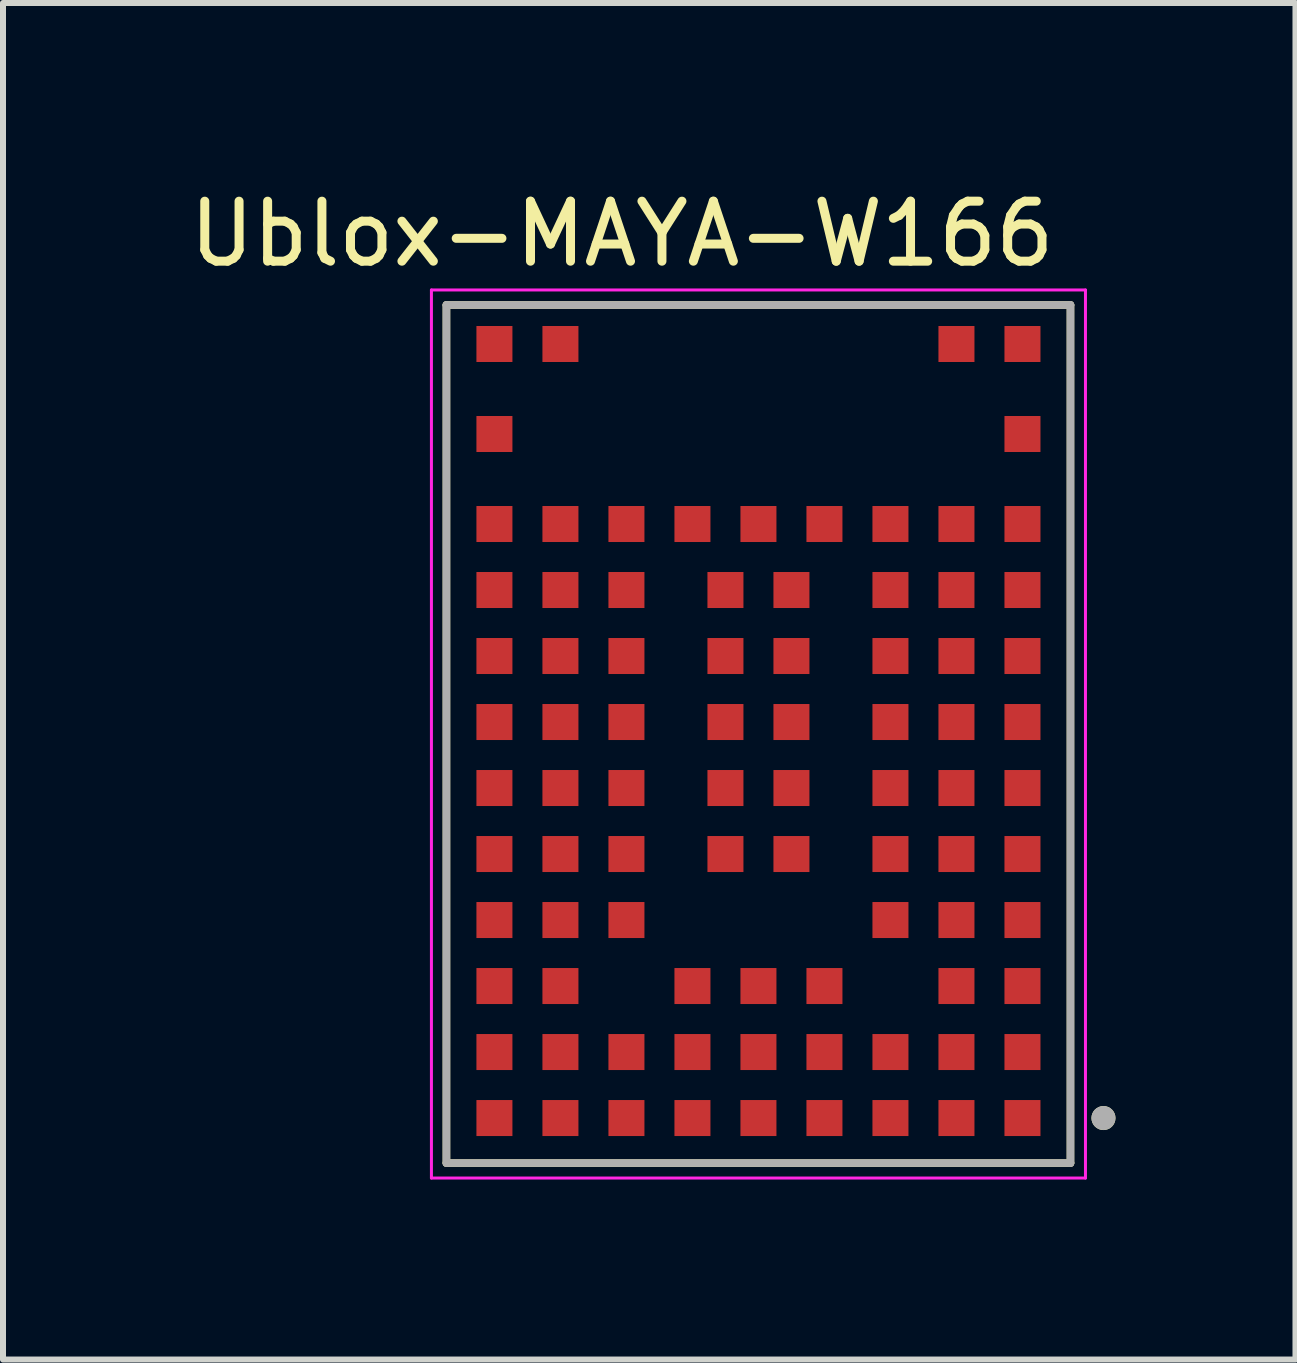
<source format=kicad_pcb>
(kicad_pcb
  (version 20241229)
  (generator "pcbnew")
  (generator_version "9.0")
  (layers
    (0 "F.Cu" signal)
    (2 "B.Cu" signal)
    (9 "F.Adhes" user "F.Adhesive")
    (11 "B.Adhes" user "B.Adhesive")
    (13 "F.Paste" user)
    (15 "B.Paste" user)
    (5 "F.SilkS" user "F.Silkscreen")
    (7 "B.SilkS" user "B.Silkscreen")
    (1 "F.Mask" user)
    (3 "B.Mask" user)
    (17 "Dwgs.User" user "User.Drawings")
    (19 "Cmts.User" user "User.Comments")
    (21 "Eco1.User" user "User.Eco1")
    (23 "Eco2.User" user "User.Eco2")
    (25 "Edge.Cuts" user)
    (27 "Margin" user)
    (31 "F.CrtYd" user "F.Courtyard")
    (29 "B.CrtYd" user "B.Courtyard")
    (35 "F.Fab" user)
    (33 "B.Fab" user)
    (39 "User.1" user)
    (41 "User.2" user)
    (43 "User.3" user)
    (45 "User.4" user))
  (footprint "Ublox-MAYA-W166"
    (layer "F.Cu")
    (at 9.59 8.983)
    (property "Reference" "Ublox-MAYA-W166" (at -2.275 -8.135 0) (layer "F.SilkS") (effects (font (size 1 1) (thickness 0.15))))
    (attr smd)
    (fp_line (start -5.2 -6.95) (end 5.2 -6.95) (stroke (width 0.127) (type solid)) (layer "F.SilkS"))
    (fp_line (start -5.2 7.35) (end -5.2 -6.95) (stroke (width 0.127) (type solid)) (layer "F.SilkS"))
    (fp_line (start 5.2 -6.95) (end 5.2 7.35) (stroke (width 0.127) (type solid)) (layer "F.SilkS"))
    (fp_line (start 5.2 7.35) (end -5.2 7.35) (stroke (width 0.127) (type solid)) (layer "F.SilkS"))
    (fp_circle (center 5.75 6.6) (end 5.85 6.6) (stroke (width 0.2) (type solid)) (fill no) (layer "F.SilkS"))
    (fp_line (start -5.45 -7.2) (end 5.45 -7.2) (stroke (width 0.05) (type solid)) (layer "F.CrtYd"))
    (fp_line (start -5.45 7.6) (end -5.45 -7.2) (stroke (width 0.05) (type solid)) (layer "F.CrtYd"))
    (fp_line (start 5.45 -7.2) (end 5.45 7.6) (stroke (width 0.05) (type solid)) (layer "F.CrtYd"))
    (fp_line (start 5.45 7.6) (end -5.45 7.6) (stroke (width 0.05) (type solid)) (layer "F.CrtYd"))
    (fp_line (start -5.2 -6.95) (end 5.2 -6.95) (stroke (width 0.127) (type solid)) (layer "F.Fab"))
    (fp_line (start -5.2 7.35) (end -5.2 -6.95) (stroke (width 0.127) (type solid)) (layer "F.Fab"))
    (fp_line (start 5.2 -6.95) (end 5.2 7.35) (stroke (width 0.127) (type solid)) (layer "F.Fab"))
    (fp_line (start 5.2 7.35) (end -5.2 7.35) (stroke (width 0.127) (type solid)) (layer "F.Fab"))
    (fp_circle (center 5.75 6.6) (end 5.85 6.6) (stroke (width 0.2) (type solid)) (fill no) (layer "F.Fab"))
    (pad "A1" smd rect (at 4.4 6.6) (size 0.6 0.6) (layers "F.Cu" "F.Mask" "F.Paste"))
    (pad "A2" smd rect (at 3.3 6.6) (size 0.6 0.6) (layers "F.Cu" "F.Mask" "F.Paste"))
    (pad "A3" smd rect (at 2.2 6.6) (size 0.6 0.6) (layers "F.Cu" "F.Mask" "F.Paste"))
    (pad "A4" smd rect (at 1.1 6.6) (size 0.6 0.6) (layers "F.Cu" "F.Mask" "F.Paste"))
    (pad "A5" smd rect (at 0 6.6) (size 0.6 0.6) (layers "F.Cu" "F.Mask" "F.Paste"))
    (pad "A6" smd rect (at -1.1 6.6) (size 0.6 0.6) (layers "F.Cu" "F.Mask" "F.Paste"))
    (pad "A7" smd rect (at -2.2 6.6) (size 0.6 0.6) (layers "F.Cu" "F.Mask" "F.Paste"))
    (pad "A8" smd rect (at -3.3 6.6) (size 0.6 0.6) (layers "F.Cu" "F.Mask" "F.Paste"))
    (pad "A9" smd rect (at -4.4 6.6) (size 0.6 0.6) (layers "F.Cu" "F.Mask" "F.Paste"))
    (pad "B1" smd rect (at 4.4 5.5) (size 0.6 0.6) (layers "F.Cu" "F.Mask" "F.Paste"))
    (pad "B2" smd rect (at 3.3 5.5) (size 0.6 0.6) (layers "F.Cu" "F.Mask" "F.Paste"))
    (pad "B3" smd rect (at 2.2 5.5) (size 0.6 0.6) (layers "F.Cu" "F.Mask" "F.Paste"))
    (pad "B4" smd rect (at 1.1 5.5) (size 0.6 0.6) (layers "F.Cu" "F.Mask" "F.Paste"))
    (pad "B5" smd rect (at 0 5.5) (size 0.6 0.6) (layers "F.Cu" "F.Mask" "F.Paste"))
    (pad "B6" smd rect (at -1.1 5.5) (size 0.6 0.6) (layers "F.Cu" "F.Mask" "F.Paste"))
    (pad "B7" smd rect (at -2.2 5.5) (size 0.6 0.6) (layers "F.Cu" "F.Mask" "F.Paste"))
    (pad "B8" smd rect (at -3.3 5.5) (size 0.6 0.6) (layers "F.Cu" "F.Mask" "F.Paste"))
    (pad "B9" smd rect (at -4.4 5.5) (size 0.6 0.6) (layers "F.Cu" "F.Mask" "F.Paste"))
    (pad "C1" smd rect (at 4.4 4.4) (size 0.6 0.6) (layers "F.Cu" "F.Mask" "F.Paste"))
    (pad "C2" smd rect (at 3.3 4.4) (size 0.6 0.6) (layers "F.Cu" "F.Mask" "F.Paste"))
    (pad "C4" smd rect (at 1.1 4.4) (size 0.6 0.6) (layers "F.Cu" "F.Mask" "F.Paste"))
    (pad "C5" smd rect (at 0 4.4) (size 0.6 0.6) (layers "F.Cu" "F.Mask" "F.Paste"))
    (pad "C6" smd rect (at -1.1 4.4) (size 0.6 0.6) (layers "F.Cu" "F.Mask" "F.Paste"))
    (pad "C8" smd rect (at -3.3 4.4) (size 0.6 0.6) (layers "F.Cu" "F.Mask" "F.Paste"))
    (pad "C9" smd rect (at -4.4 4.4) (size 0.6 0.6) (layers "F.Cu" "F.Mask" "F.Paste"))
    (pad "D1" smd rect (at 4.4 3.3) (size 0.6 0.6) (layers "F.Cu" "F.Mask" "F.Paste"))
    (pad "D2" smd rect (at 3.3 3.3) (size 0.6 0.6) (layers "F.Cu" "F.Mask" "F.Paste"))
    (pad "D3" smd rect (at 2.2 3.3) (size 0.6 0.6) (layers "F.Cu" "F.Mask" "F.Paste"))
    (pad "D7" smd rect (at -2.2 3.3) (size 0.6 0.6) (layers "F.Cu" "F.Mask" "F.Paste"))
    (pad "D8" smd rect (at -3.3 3.3) (size 0.6 0.6) (layers "F.Cu" "F.Mask" "F.Paste"))
    (pad "D9" smd rect (at -4.4 3.3) (size 0.6 0.6) (layers "F.Cu" "F.Mask" "F.Paste"))
    (pad "E1" smd rect (at 4.4 2.2) (size 0.6 0.6) (layers "F.Cu" "F.Mask" "F.Paste"))
    (pad "E2" smd rect (at 3.3 2.2) (size 0.6 0.6) (layers "F.Cu" "F.Mask" "F.Paste"))
    (pad "E3" smd rect (at 2.2 2.2) (size 0.6 0.6) (layers "F.Cu" "F.Mask" "F.Paste"))
    (pad "E4" smd rect (at 0.55 2.2) (size 0.6 0.6) (layers "F.Cu" "F.Mask" "F.Paste"))
    (pad "E5" smd rect (at -0.55 2.2) (size 0.6 0.6) (layers "F.Cu" "F.Mask" "F.Paste"))
    (pad "E7" smd rect (at -2.2 2.2) (size 0.6 0.6) (layers "F.Cu" "F.Mask" "F.Paste"))
    (pad "E8" smd rect (at -3.3 2.2) (size 0.6 0.6) (layers "F.Cu" "F.Mask" "F.Paste"))
    (pad "E9" smd rect (at -4.4 2.2) (size 0.6 0.6) (layers "F.Cu" "F.Mask" "F.Paste"))
    (pad "F1" smd rect (at 4.4 1.1) (size 0.6 0.6) (layers "F.Cu" "F.Mask" "F.Paste"))
    (pad "F2" smd rect (at 3.3 1.1) (size 0.6 0.6) (layers "F.Cu" "F.Mask" "F.Paste"))
    (pad "F3" smd rect (at 2.2 1.1) (size 0.6 0.6) (layers "F.Cu" "F.Mask" "F.Paste"))
    (pad "F4" smd rect (at 0.55 1.1) (size 0.6 0.6) (layers "F.Cu" "F.Mask" "F.Paste"))
    (pad "F5" smd rect (at -0.55 1.1) (size 0.6 0.6) (layers "F.Cu" "F.Mask" "F.Paste"))
    (pad "F7" smd rect (at -2.2 1.1) (size 0.6 0.6) (layers "F.Cu" "F.Mask" "F.Paste"))
    (pad "F8" smd rect (at -3.3 1.1) (size 0.6 0.6) (layers "F.Cu" "F.Mask" "F.Paste"))
    (pad "F9" smd rect (at -4.4 1.1) (size 0.6 0.6) (layers "F.Cu" "F.Mask" "F.Paste"))
    (pad "G1" smd rect (at 4.4 0) (size 0.6 0.6) (layers "F.Cu" "F.Mask" "F.Paste"))
    (pad "G2" smd rect (at 3.3 0) (size 0.6 0.6) (layers "F.Cu" "F.Mask" "F.Paste"))
    (pad "G3" smd rect (at 2.2 0) (size 0.6 0.6) (layers "F.Cu" "F.Mask" "F.Paste"))
    (pad "G4" smd rect (at 0.55 0) (size 0.6 0.6) (layers "F.Cu" "F.Mask" "F.Paste"))
    (pad "G5" smd rect (at -0.55 0) (size 0.6 0.6) (layers "F.Cu" "F.Mask" "F.Paste"))
    (pad "G7" smd rect (at -2.2 0) (size 0.6 0.6) (layers "F.Cu" "F.Mask" "F.Paste"))
    (pad "G8" smd rect (at -3.3 0) (size 0.6 0.6) (layers "F.Cu" "F.Mask" "F.Paste"))
    (pad "G9" smd rect (at -4.4 0) (size 0.6 0.6) (layers "F.Cu" "F.Mask" "F.Paste"))
    (pad "H1" smd rect (at 4.4 -1.1) (size 0.6 0.6) (layers "F.Cu" "F.Mask" "F.Paste"))
    (pad "H2" smd rect (at 3.3 -1.1) (size 0.6 0.6) (layers "F.Cu" "F.Mask" "F.Paste"))
    (pad "H3" smd rect (at 2.2 -1.1) (size 0.6 0.6) (layers "F.Cu" "F.Mask" "F.Paste"))
    (pad "H4" smd rect (at 0.55 -1.1) (size 0.6 0.6) (layers "F.Cu" "F.Mask" "F.Paste"))
    (pad "H5" smd rect (at -0.55 -1.1) (size 0.6 0.6) (layers "F.Cu" "F.Mask" "F.Paste"))
    (pad "H7" smd rect (at -2.2 -1.1) (size 0.6 0.6) (layers "F.Cu" "F.Mask" "F.Paste"))
    (pad "H8" smd rect (at -3.3 -1.1) (size 0.6 0.6) (layers "F.Cu" "F.Mask" "F.Paste"))
    (pad "H9" smd rect (at -4.4 -1.1) (size 0.6 0.6) (layers "F.Cu" "F.Mask" "F.Paste"))
    (pad "J1" smd rect (at 4.4 -2.2) (size 0.6 0.6) (layers "F.Cu" "F.Mask" "F.Paste"))
    (pad "J2" smd rect (at 3.3 -2.2) (size 0.6 0.6) (layers "F.Cu" "F.Mask" "F.Paste"))
    (pad "J3" smd rect (at 2.2 -2.2) (size 0.6 0.6) (layers "F.Cu" "F.Mask" "F.Paste"))
    (pad "J4" smd rect (at 0.55 -2.2) (size 0.6 0.6) (layers "F.Cu" "F.Mask" "F.Paste"))
    (pad "J5" smd rect (at -0.55 -2.2) (size 0.6 0.6) (layers "F.Cu" "F.Mask" "F.Paste"))
    (pad "J7" smd rect (at -2.2 -2.2) (size 0.6 0.6) (layers "F.Cu" "F.Mask" "F.Paste"))
    (pad "J8" smd rect (at -3.3 -2.2) (size 0.6 0.6) (layers "F.Cu" "F.Mask" "F.Paste"))
    (pad "J9" smd rect (at -4.4 -2.2) (size 0.6 0.6) (layers "F.Cu" "F.Mask" "F.Paste"))
    (pad "K1" smd rect (at 4.4 -3.3) (size 0.6 0.6) (layers "F.Cu" "F.Mask" "F.Paste"))
    (pad "K2" smd rect (at 3.3 -3.3) (size 0.6 0.6) (layers "F.Cu" "F.Mask" "F.Paste"))
    (pad "K3" smd rect (at 2.2 -3.3) (size 0.6 0.6) (layers "F.Cu" "F.Mask" "F.Paste"))
    (pad "K4" smd rect (at 1.1 -3.3) (size 0.6 0.6) (layers "F.Cu" "F.Mask" "F.Paste"))
    (pad "K5" smd rect (at 0 -3.3) (size 0.6 0.6) (layers "F.Cu" "F.Mask" "F.Paste"))
    (pad "K6" smd rect (at -1.1 -3.3) (size 0.6 0.6) (layers "F.Cu" "F.Mask" "F.Paste"))
    (pad "K7" smd rect (at -2.2 -3.3) (size 0.6 0.6) (layers "F.Cu" "F.Mask" "F.Paste"))
    (pad "K8" smd rect (at -3.3 -3.3) (size 0.6 0.6) (layers "F.Cu" "F.Mask" "F.Paste"))
    (pad "K9" smd rect (at -4.4 -3.3) (size 0.6 0.6) (layers "F.Cu" "F.Mask" "F.Paste"))
    (pad "L1" smd rect (at 4.4 -4.8) (size 0.6 0.6) (layers "F.Cu" "F.Mask" "F.Paste"))
    (pad "L9" smd rect (at -4.4 -4.8) (size 0.6 0.6) (layers "F.Cu" "F.Mask" "F.Paste"))
    (pad "M1" smd rect (at 4.4 -6.3) (size 0.6 0.6) (layers "F.Cu" "F.Mask" "F.Paste"))
    (pad "M2" smd rect (at 3.3 -6.3) (size 0.6 0.6) (layers "F.Cu" "F.Mask" "F.Paste"))
    (pad "M8" smd rect (at -3.3 -6.3) (size 0.6 0.6) (layers "F.Cu" "F.Mask" "F.Paste"))
    (pad "M9" smd rect (at -4.4 -6.3) (size 0.6 0.6) (layers "F.Cu" "F.Mask" "F.Paste"))
    (zone (net_name "") (layer "F.Cu") (hatch full 0.508) (connect_pads) (min_thickness 0.01) (filled_areas_thickness no) (keepout (tracks not_allowed) (vias not_allowed) (pads not_allowed) (copperpour not_allowed) (footprints allowed)) (placement (enabled no)) (fill) (polygon (pts (xy 4.39 2.183) (xy 6.59 2.183) (xy 6.59 2.983) (xy 5.49 2.983) (xy 5.49 5.383) (xy 13.69 5.383) (xy 13.69 2.983) (xy 12.59 2.983) (xy 12.59 2.183) (xy 14.79 2.183) (xy 14.79 2.033) (xy 4.39 2.033))))
    (zone (net_name "") (layers "F.Cu" "B.Cu") (hatch full 0.508) (connect_pads) (min_thickness 0.01) (filled_areas_thickness no) (keepout (tracks allowed) (vias not_allowed) (pads allowed) (copperpour allowed) (footprints allowed)) (placement (enabled no)) (fill) (polygon (pts (xy 4.39 2.183) (xy 6.59 2.183) (xy 6.59 2.983) (xy 5.49 2.983) (xy 5.49 5.383) (xy 13.69 5.383) (xy 13.69 2.983) (xy 12.59 2.983) (xy 12.59 2.183) (xy 14.79 2.183) (xy 14.79 2.033) (xy 4.39 2.033)))))
  (gr_rect
    (start -3 -3)
    (end 18.54 19.608)
    (stroke (width 0.1) (type default))
    (fill no)
    (layer "Edge.Cuts")))
</source>
